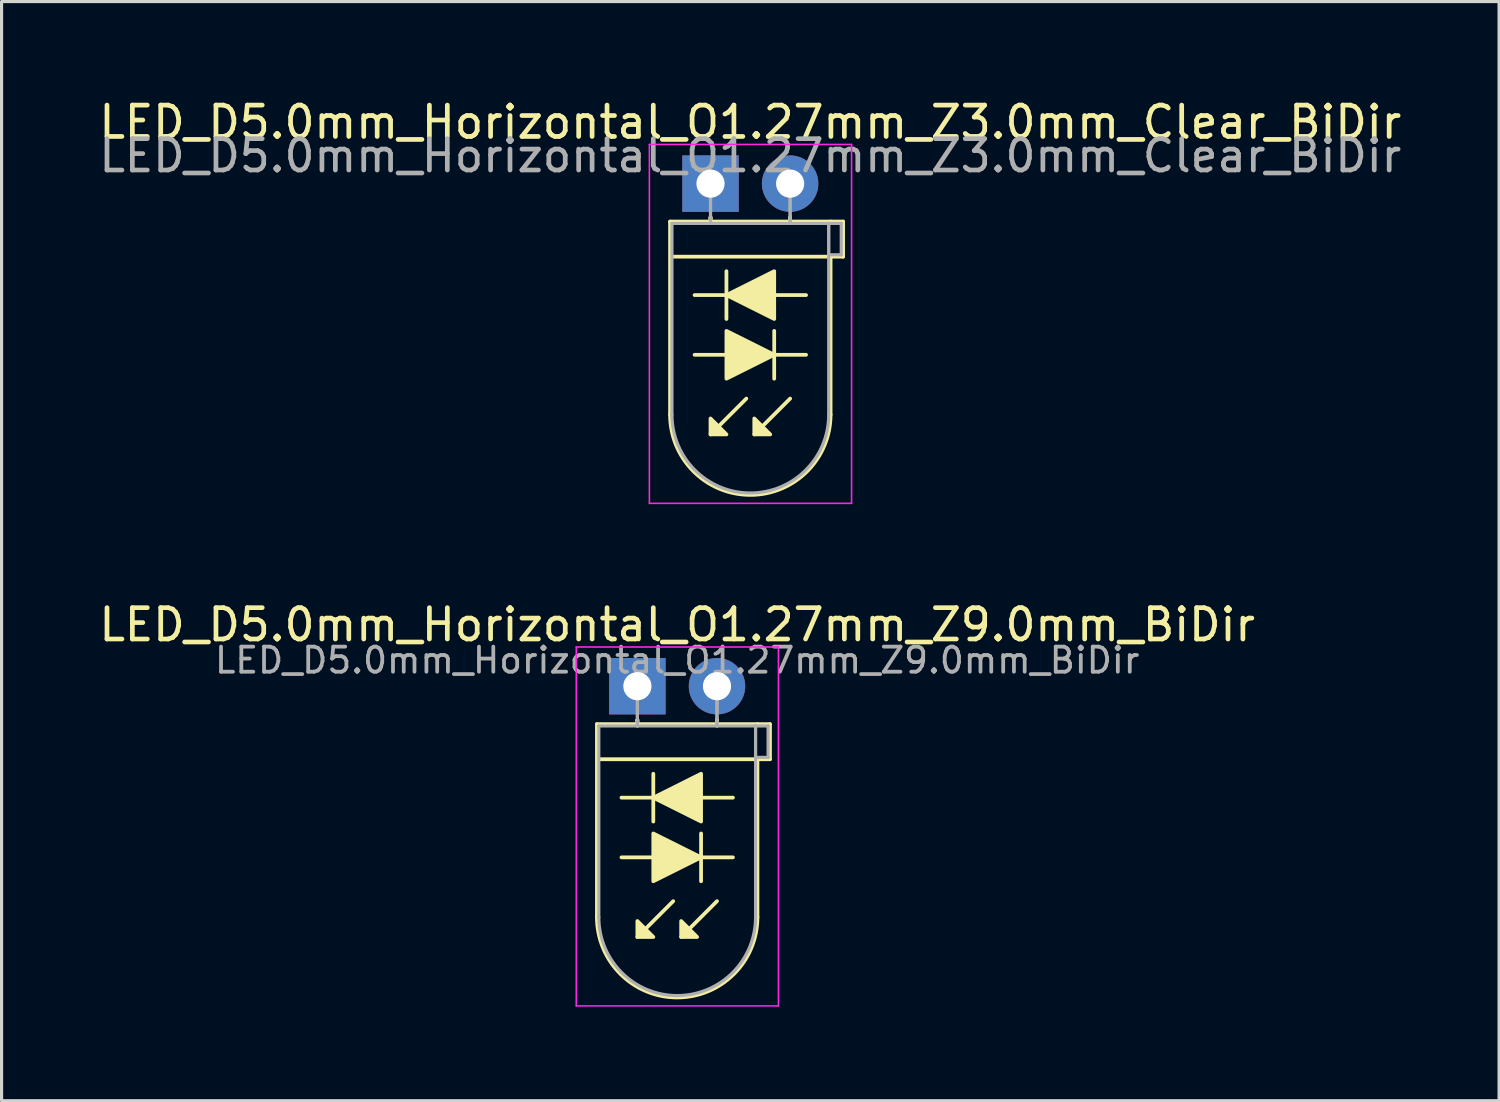
<source format=kicad_pcb>
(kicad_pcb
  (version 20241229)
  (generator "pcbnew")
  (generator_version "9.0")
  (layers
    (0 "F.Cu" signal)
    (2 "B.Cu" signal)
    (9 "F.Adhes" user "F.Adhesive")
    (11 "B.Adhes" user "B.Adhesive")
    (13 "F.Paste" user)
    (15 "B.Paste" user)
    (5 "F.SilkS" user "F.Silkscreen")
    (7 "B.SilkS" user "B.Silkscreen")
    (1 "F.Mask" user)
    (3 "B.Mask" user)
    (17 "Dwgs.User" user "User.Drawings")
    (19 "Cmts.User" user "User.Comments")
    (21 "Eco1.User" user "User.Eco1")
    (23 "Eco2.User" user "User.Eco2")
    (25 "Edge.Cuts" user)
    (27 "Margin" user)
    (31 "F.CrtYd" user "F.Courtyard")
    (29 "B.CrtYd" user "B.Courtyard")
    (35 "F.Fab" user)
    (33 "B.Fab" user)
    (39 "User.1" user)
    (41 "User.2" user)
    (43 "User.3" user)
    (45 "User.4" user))
  (footprint "LED_D5.0mm_Horizontal_O1.27mm_Z3.0mm_Clear_BiDir"
    (layer "F.Cu")
    (at 19.617 2.808)
    (property "Reference" "LED_D5.0mm_Horizontal_O1.27mm_Z3.0mm_Clear_BiDir" (at 1.27 -1.96 0) (layer "F.SilkS") (effects (font (size 1 1) (thickness 0.15))))
    (fp_line (start -1.29 1.21) (end -1.29 7.37) (stroke (width 0.12) (type solid)) (layer "F.SilkS"))
    (fp_line (start -1.29 1.21) (end 3.83 1.21) (stroke (width 0.12) (type solid)) (layer "F.SilkS"))
    (fp_line (start -0.508 5.461) (end 0.508 5.461) (stroke (width 0.12) (type solid)) (layer "F.SilkS"))
    (fp_line (start 0 1.08) (end 0 1.08) (stroke (width 0.12) (type solid)) (layer "F.SilkS"))
    (fp_line (start 0 1.08) (end 0 1.21) (stroke (width 0.12) (type solid)) (layer "F.SilkS"))
    (fp_line (start 0 1.21) (end 0 1.08) (stroke (width 0.12) (type solid)) (layer "F.SilkS"))
    (fp_line (start 0 1.21) (end 0 1.21) (stroke (width 0.12) (type solid)) (layer "F.SilkS"))
    (fp_line (start 0.508 2.794) (end 0.508 4.318) (stroke (width 0.12) (type solid)) (layer "F.SilkS"))
    (fp_line (start 0.508 3.556) (end -0.508 3.556) (stroke (width 0.12) (type solid)) (layer "F.SilkS"))
    (fp_line (start 1.143 6.858) (end 0 8.001) (stroke (width 0.12) (type solid)) (layer "F.SilkS"))
    (fp_line (start 2.032 5.461) (end 3.048 5.461) (stroke (width 0.12) (type solid)) (layer "F.SilkS"))
    (fp_line (start 2.032 6.223) (end 2.032 4.699) (stroke (width 0.12) (type solid)) (layer "F.SilkS"))
    (fp_line (start 2.54 1.08) (end 2.54 1.08) (stroke (width 0.12) (type solid)) (layer "F.SilkS"))
    (fp_line (start 2.54 1.08) (end 2.54 1.21) (stroke (width 0.12) (type solid)) (layer "F.SilkS"))
    (fp_line (start 2.54 1.21) (end 2.54 1.08) (stroke (width 0.12) (type solid)) (layer "F.SilkS"))
    (fp_line (start 2.54 1.21) (end 2.54 1.21) (stroke (width 0.12) (type solid)) (layer "F.SilkS"))
    (fp_line (start 2.54 6.858) (end 1.397 8.001) (stroke (width 0.12) (type solid)) (layer "F.SilkS"))
    (fp_line (start 3.048 3.556) (end 2.032 3.556) (stroke (width 0.12) (type solid)) (layer "F.SilkS"))
    (fp_line (start 3.83 1.21) (end 4.23 1.21) (stroke (width 0.12) (type solid)) (layer "F.SilkS"))
    (fp_line (start 3.83 2.33) (end 3.83 7.37) (stroke (width 0.12) (type solid)) (layer "F.SilkS"))
    (fp_line (start 4.23 1.21) (end 4.23 2.33) (stroke (width 0.12) (type solid)) (layer "F.SilkS"))
    (fp_line (start 4.23 2.33) (end -1.27 2.33) (stroke (width 0.12) (type solid)) (layer "F.SilkS"))
    (fp_arc (start 3.83 7.37) (mid 1.27 9.93) (end -1.29 7.37) (stroke (width 0.12) (type solid)) (layer "F.SilkS"))
    (fp_poly (pts (xy 0 7.493) (xy 0.508 8.001) (xy 0 8.001)) (stroke (width 0.12) (type solid)) (fill yes) (layer "F.SilkS"))
    (fp_poly (pts (xy 0.508 4.699) (xy 2.032 5.461) (xy 0.508 6.223)) (stroke (width 0.12) (type solid)) (fill yes) (layer "F.SilkS"))
    (fp_poly (pts (xy 1.397 7.493) (xy 1.905 8.001) (xy 1.397 8.001)) (stroke (width 0.12) (type solid)) (fill yes) (layer "F.SilkS"))
    (fp_poly (pts (xy 2.032 4.318) (xy 0.508 3.556) (xy 2.032 2.794)) (stroke (width 0.12) (type solid)) (fill yes) (layer "F.SilkS"))
    (fp_line (start -1.95 -1.25) (end -1.95 10.2) (stroke (width 0.05) (type solid)) (layer "F.CrtYd"))
    (fp_line (start -1.95 10.2) (end 4.5 10.2) (stroke (width 0.05) (type solid)) (layer "F.CrtYd"))
    (fp_line (start 4.5 -1.25) (end -1.95 -1.25) (stroke (width 0.05) (type solid)) (layer "F.CrtYd"))
    (fp_line (start 4.5 10.2) (end 4.5 -1.25) (stroke (width 0.05) (type solid)) (layer "F.CrtYd"))
    (fp_line (start -1.23 1.27) (end -1.23 7.37) (stroke (width 0.1) (type solid)) (layer "F.Fab"))
    (fp_line (start -1.23 1.27) (end 3.77 1.27) (stroke (width 0.1) (type solid)) (layer "F.Fab"))
    (fp_line (start 0 0) (end 0 0) (stroke (width 0.1) (type solid)) (layer "F.Fab"))
    (fp_line (start 0 0) (end 0 1.27) (stroke (width 0.1) (type solid)) (layer "F.Fab"))
    (fp_line (start 0 1.27) (end 0 0) (stroke (width 0.1) (type solid)) (layer "F.Fab"))
    (fp_line (start 0 1.27) (end 0 1.27) (stroke (width 0.1) (type solid)) (layer "F.Fab"))
    (fp_line (start 2.54 0) (end 2.54 0) (stroke (width 0.1) (type solid)) (layer "F.Fab"))
    (fp_line (start 2.54 0) (end 2.54 1.27) (stroke (width 0.1) (type solid)) (layer "F.Fab"))
    (fp_line (start 2.54 1.27) (end 2.54 0) (stroke (width 0.1) (type solid)) (layer "F.Fab"))
    (fp_line (start 2.54 1.27) (end 2.54 1.27) (stroke (width 0.1) (type solid)) (layer "F.Fab"))
    (fp_line (start 3.77 1.27) (end 3.77 7.37) (stroke (width 0.1) (type solid)) (layer "F.Fab"))
    (fp_line (start 3.77 1.27) (end 4.17 1.27) (stroke (width 0.1) (type solid)) (layer "F.Fab"))
    (fp_line (start 3.77 2.27) (end 3.77 1.27) (stroke (width 0.1) (type solid)) (layer "F.Fab"))
    (fp_line (start 4.17 1.27) (end 4.17 2.27) (stroke (width 0.1) (type solid)) (layer "F.Fab"))
    (fp_line (start 4.17 2.27) (end 3.77 2.27) (stroke (width 0.1) (type solid)) (layer "F.Fab"))
    (fp_arc (start 3.77 7.37) (mid 1.27 9.87) (end -1.23 7.37) (stroke (width 0.1) (type solid)) (layer "F.Fab"))
    (fp_text user "${REFERENCE}" (at 1.27 -0.889 0) (layer "F.Fab") (effects (font (size 1 1) (thickness 0.15))))
    (pad "1" thru_hole rect (at 0 0) (size 1.8 1.8) (drill 0.9) (layers "*.Cu" "*.Mask"))
    (pad "2" thru_hole circle (at 2.54 0) (size 1.8 1.8) (drill 0.9) (layers "*.Cu" "*.Mask")))
  (footprint "LED_D5.0mm_Horizontal_O1.27mm_Z9.0mm_BiDir"
    (layer "F.Cu")
    (at 17.284 18.841)
    (property "Reference" "LED_D5.0mm_Horizontal_O1.27mm_Z9.0mm_BiDir" (at 1.27 -1.96 0) (layer "F.SilkS") (effects (font (size 1 1) (thickness 0.15))))
    (fp_line (start -1.29 1.21) (end -1.29 7.37) (stroke (width 0.12) (type solid)) (layer "F.SilkS"))
    (fp_line (start -1.29 1.21) (end 3.83 1.21) (stroke (width 0.12) (type solid)) (layer "F.SilkS"))
    (fp_line (start -0.508 5.461) (end 0.508 5.461) (stroke (width 0.12) (type solid)) (layer "F.SilkS"))
    (fp_line (start 0 1.08) (end 0 1.08) (stroke (width 0.12) (type solid)) (layer "F.SilkS"))
    (fp_line (start 0 1.08) (end 0 1.21) (stroke (width 0.12) (type solid)) (layer "F.SilkS"))
    (fp_line (start 0 1.21) (end 0 1.08) (stroke (width 0.12) (type solid)) (layer "F.SilkS"))
    (fp_line (start 0 1.21) (end 0 1.21) (stroke (width 0.12) (type solid)) (layer "F.SilkS"))
    (fp_line (start 0.508 2.794) (end 0.508 4.318) (stroke (width 0.12) (type solid)) (layer "F.SilkS"))
    (fp_line (start 0.508 3.556) (end -0.508 3.556) (stroke (width 0.12) (type solid)) (layer "F.SilkS"))
    (fp_line (start 1.143 6.858) (end 0 8.001) (stroke (width 0.12) (type solid)) (layer "F.SilkS"))
    (fp_line (start 2.032 5.461) (end 3.048 5.461) (stroke (width 0.12) (type solid)) (layer "F.SilkS"))
    (fp_line (start 2.032 6.223) (end 2.032 4.699) (stroke (width 0.12) (type solid)) (layer "F.SilkS"))
    (fp_line (start 2.54 1.08) (end 2.54 1.08) (stroke (width 0.12) (type solid)) (layer "F.SilkS"))
    (fp_line (start 2.54 1.08) (end 2.54 1.21) (stroke (width 0.12) (type solid)) (layer "F.SilkS"))
    (fp_line (start 2.54 1.21) (end 2.54 1.08) (stroke (width 0.12) (type solid)) (layer "F.SilkS"))
    (fp_line (start 2.54 1.21) (end 2.54 1.21) (stroke (width 0.12) (type solid)) (layer "F.SilkS"))
    (fp_line (start 2.54 6.858) (end 1.397 8.001) (stroke (width 0.12) (type solid)) (layer "F.SilkS"))
    (fp_line (start 3.048 3.556) (end 2.032 3.556) (stroke (width 0.12) (type solid)) (layer "F.SilkS"))
    (fp_line (start 3.83 1.21) (end 4.23 1.21) (stroke (width 0.12) (type solid)) (layer "F.SilkS"))
    (fp_line (start 3.83 2.33) (end 3.83 7.37) (stroke (width 0.12) (type solid)) (layer "F.SilkS"))
    (fp_line (start 4.23 1.21) (end 4.23 2.33) (stroke (width 0.12) (type solid)) (layer "F.SilkS"))
    (fp_line (start 4.23 2.33) (end -1.27 2.33) (stroke (width 0.12) (type solid)) (layer "F.SilkS"))
    (fp_arc (start 3.83 7.37) (mid 1.27 9.93) (end -1.29 7.37) (stroke (width 0.12) (type solid)) (layer "F.SilkS"))
    (fp_poly (pts (xy 0 7.493) (xy 0.508 8.001) (xy 0 8.001)) (stroke (width 0.12) (type solid)) (fill yes) (layer "F.SilkS"))
    (fp_poly (pts (xy 0.508 4.699) (xy 2.032 5.461) (xy 0.508 6.223)) (stroke (width 0.12) (type solid)) (fill yes) (layer "F.SilkS"))
    (fp_poly (pts (xy 1.397 7.493) (xy 1.905 8.001) (xy 1.397 8.001)) (stroke (width 0.12) (type solid)) (fill yes) (layer "F.SilkS"))
    (fp_poly (pts (xy 2.032 4.318) (xy 0.508 3.556) (xy 2.032 2.794)) (stroke (width 0.12) (type solid)) (fill yes) (layer "F.SilkS"))
    (fp_line (start -1.95 -1.25) (end -1.95 10.2) (stroke (width 0.05) (type solid)) (layer "F.CrtYd"))
    (fp_line (start -1.95 10.2) (end 4.5 10.2) (stroke (width 0.05) (type solid)) (layer "F.CrtYd"))
    (fp_line (start 4.5 -1.25) (end -1.95 -1.25) (stroke (width 0.05) (type solid)) (layer "F.CrtYd"))
    (fp_line (start 4.5 10.2) (end 4.5 -1.25) (stroke (width 0.05) (type solid)) (layer "F.CrtYd"))
    (fp_line (start -1.23 1.27) (end -1.23 7.37) (stroke (width 0.1) (type solid)) (layer "F.Fab"))
    (fp_line (start -1.23 1.27) (end 3.77 1.27) (stroke (width 0.1) (type solid)) (layer "F.Fab"))
    (fp_line (start 0 0) (end 0 0) (stroke (width 0.1) (type solid)) (layer "F.Fab"))
    (fp_line (start 0 0) (end 0 1.27) (stroke (width 0.1) (type solid)) (layer "F.Fab"))
    (fp_line (start 0 1.27) (end 0 0) (stroke (width 0.1) (type solid)) (layer "F.Fab"))
    (fp_line (start 0 1.27) (end 0 1.27) (stroke (width 0.1) (type solid)) (layer "F.Fab"))
    (fp_line (start 2.54 0) (end 2.54 0) (stroke (width 0.1) (type solid)) (layer "F.Fab"))
    (fp_line (start 2.54 0) (end 2.54 1.27) (stroke (width 0.1) (type solid)) (layer "F.Fab"))
    (fp_line (start 2.54 1.27) (end 2.54 0) (stroke (width 0.1) (type solid)) (layer "F.Fab"))
    (fp_line (start 2.54 1.27) (end 2.54 1.27) (stroke (width 0.1) (type solid)) (layer "F.Fab"))
    (fp_line (start 3.77 1.27) (end 3.77 7.37) (stroke (width 0.1) (type solid)) (layer "F.Fab"))
    (fp_line (start 3.77 1.27) (end 4.17 1.27) (stroke (width 0.1) (type solid)) (layer "F.Fab"))
    (fp_line (start 3.77 2.27) (end 3.77 1.27) (stroke (width 0.1) (type solid)) (layer "F.Fab"))
    (fp_line (start 4.17 1.27) (end 4.17 2.27) (stroke (width 0.1) (type solid)) (layer "F.Fab"))
    (fp_line (start 4.17 2.27) (end 3.77 2.27) (stroke (width 0.1) (type solid)) (layer "F.Fab"))
    (fp_arc (start 3.77 7.37) (mid 1.27 9.87) (end -1.23 7.37) (stroke (width 0.1) (type solid)) (layer "F.Fab"))
    (fp_text user "${REFERENCE}" (at 1.27 -0.826 0) (layer "F.Fab") (effects (font (size 0.8 0.8) (thickness 0.12))))
    (pad "1" thru_hole rect (at 0 0) (size 1.8 1.8) (drill 0.9) (layers "*.Cu" "*.Mask"))
    (pad "2" thru_hole circle (at 2.54 0) (size 1.8 1.8) (drill 0.9) (layers "*.Cu" "*.Mask")))
  (gr_rect
    (start -3 -3)
    (end 44.774 32.066)
    (stroke (width 0.1) (type default))
    (fill no)
    (layer "Edge.Cuts")))
</source>
